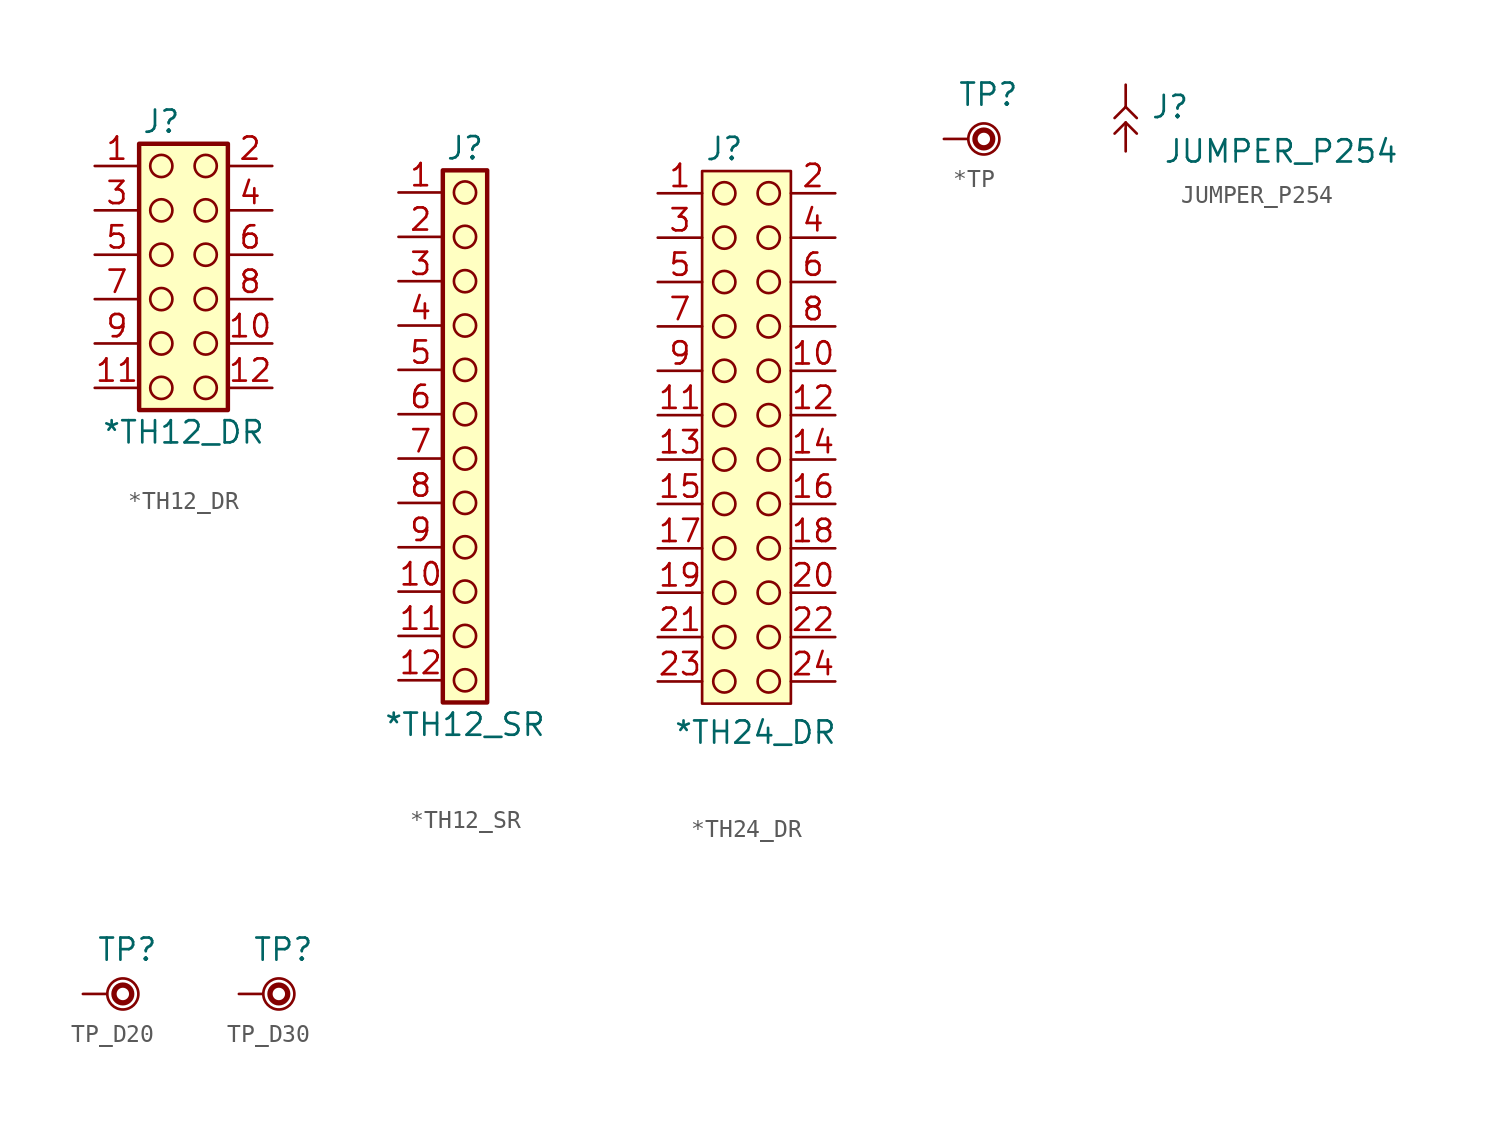
<source format=kicad_sym>
(kicad_symbol_lib
  (version 20211014)
  (generator kicad_symbol_editor)
  (symbol "*TH12_DR"
    (pin_names hide)
    (property "Reference" "J"
      (at 3.81 2.54 0)
      (effects (font (size 1.27 1.27))))
    (property "Value" "*TH12_DR"
      (at 5.08 -15.24 0)
      (effects (font (size 1.27 1.27))))
    (symbol "*TH12_DR_0_1"
      (circle (center 3.81 -2.54) (radius 0.635) (stroke (width 0) (type default) (color 0 0 0 0)) (fill (type none)))
      (circle (center 3.81 0) (radius 0.635) (stroke (width 0) (type default) (color 0 0 0 0)) (fill (type none)))
      (circle (center 6.35 -2.54) (radius 0.635) (stroke (width 0) (type default) (color 0 0 0 0)) (fill (type none)))
      (circle (center 6.35 0) (radius 0.635) (stroke (width 0) (type default) (color 0 0 0 0)) (fill (type none))))
    (symbol "*TH12_DR_1_1"
      (rectangle (start 2.54 1.27) (end 7.62 -13.97) (stroke (width 0.254) (type default) (color 0 0 0 0)) (fill (type background)))
      (circle (center 3.81 -12.7) (radius 0.635) (stroke (width 0) (type default) (color 0 0 0 0)) (fill (type none)))
      (circle (center 3.81 -10.16) (radius 0.635) (stroke (width 0) (type default) (color 0 0 0 0)) (fill (type none)))
      (circle (center 3.81 -7.62) (radius 0.635) (stroke (width 0) (type default) (color 0 0 0 0)) (fill (type none)))
      (circle (center 3.81 -5.08) (radius 0.635) (stroke (width 0) (type default) (color 0 0 0 0)) (fill (type none)))
      (circle (center 6.35 -12.7) (radius 0.635) (stroke (width 0) (type default) (color 0 0 0 0)) (fill (type none)))
      (circle (center 6.35 -10.16) (radius 0.635) (stroke (width 0) (type default) (color 0 0 0 0)) (fill (type none)))
      (circle (center 6.35 -7.62) (radius 0.635) (stroke (width 0) (type default) (color 0 0 0 0)) (fill (type none)))
      (circle (center 6.35 -5.08) (radius 0.635) (stroke (width 0) (type default) (color 0 0 0 0)) (fill (type none)))
      (pin passive line (at 0 0 0) (length 2.54) (name "1" (effects (font (size 1.27 1.27)))) (number "1" (effects (font (size 1.27 1.27)))))
      (pin passive line (at 10.16 -10.16 180) (length 2.54) (name "10" (effects (font (size 1.27 1.27)))) (number "10" (effects (font (size 1.27 1.27)))))
      (pin passive line (at 0 -12.7 0) (length 2.54) (name "11" (effects (font (size 1.27 1.27)))) (number "11" (effects (font (size 1.27 1.27)))))
      (pin passive line (at 10.16 -12.7 180) (length 2.54) (name "12" (effects (font (size 1.27 1.27)))) (number "12" (effects (font (size 1.27 1.27)))))
      (pin passive line (at 10.16 0 180) (length 2.54) (name "2" (effects (font (size 1.27 1.27)))) (number "2" (effects (font (size 1.27 1.27)))))
      (pin passive line (at 0 -2.54 0) (length 2.54) (name "3" (effects (font (size 1.27 1.27)))) (number "3" (effects (font (size 1.27 1.27)))))
      (pin passive line (at 10.16 -2.54 180) (length 2.54) (name "4" (effects (font (size 1.27 1.27)))) (number "4" (effects (font (size 1.27 1.27)))))
      (pin passive line (at 0 -5.08 0) (length 2.54) (name "5" (effects (font (size 1.27 1.27)))) (number "5" (effects (font (size 1.27 1.27)))))
      (pin passive line (at 10.16 -5.08 180) (length 2.54) (name "6" (effects (font (size 1.27 1.27)))) (number "6" (effects (font (size 1.27 1.27)))))
      (pin passive line (at 0 -7.62 0) (length 2.54) (name "7" (effects (font (size 1.27 1.27)))) (number "7" (effects (font (size 1.27 1.27)))))
      (pin passive line (at 10.16 -7.62 180) (length 2.54) (name "8" (effects (font (size 1.27 1.27)))) (number "8" (effects (font (size 1.27 1.27)))))
      (pin passive line (at 0 -10.16 0) (length 2.54) (name "9" (effects (font (size 1.27 1.27)))) (number "9" (effects (font (size 1.27 1.27)))))))
  (symbol "*TH12_SR"
    (pin_names hide)
    (property "Reference" "J"
      (at 3.81 2.54 0)
      (effects (font (size 1.27 1.27))))
    (property "Value" "*TH12_SR"
      (at 3.81 -30.48 0)
      (effects (font (size 1.27 1.27))))
    (symbol "*TH12_SR_0_1"
      (circle (center 3.81 -27.94) (radius 0.635) (stroke (width 0) (type default) (color 0 0 0 0)) (fill (type none)))
      (circle (center 3.81 -25.4) (radius 0.635) (stroke (width 0) (type default) (color 0 0 0 0)) (fill (type none)))
      (circle (center 3.81 -22.86) (radius 0.635) (stroke (width 0) (type default) (color 0 0 0 0)) (fill (type none)))
      (circle (center 3.81 -20.32) (radius 0.635) (stroke (width 0) (type default) (color 0 0 0 0)) (fill (type none)))
      (circle (center 3.81 -17.78) (radius 0.635) (stroke (width 0) (type default) (color 0 0 0 0)) (fill (type none)))
      (circle (center 3.81 -15.24) (radius 0.635) (stroke (width 0) (type default) (color 0 0 0 0)) (fill (type none)))
      (circle (center 3.81 -12.7) (radius 0.635) (stroke (width 0) (type default) (color 0 0 0 0)) (fill (type none)))
      (circle (center 3.81 -10.16) (radius 0.635) (stroke (width 0) (type default) (color 0 0 0 0)) (fill (type none)))
      (circle (center 3.81 -7.62) (radius 0.635) (stroke (width 0) (type default) (color 0 0 0 0)) (fill (type none)))
      (circle (center 3.81 -5.08) (radius 0.635) (stroke (width 0) (type default) (color 0 0 0 0)) (fill (type none)))
      (circle (center 3.81 -2.54) (radius 0.635) (stroke (width 0) (type default) (color 0 0 0 0)) (fill (type none)))
      (circle (center 3.81 0) (radius 0.635) (stroke (width 0) (type default) (color 0 0 0 0)) (fill (type none))))
    (symbol "*TH12_SR_1_1"
      (rectangle (start 2.54 1.27) (end 5.08 -29.21) (stroke (width 0.254) (type default) (color 0 0 0 0)) (fill (type background)))
      (pin passive line (at 0 0 0) (length 2.54) (name "1" (effects (font (size 1.27 1.27)))) (number "1" (effects (font (size 1.27 1.27)))))
      (pin passive line (at 0 -22.86 0) (length 2.54) (name "10" (effects (font (size 1.27 1.27)))) (number "10" (effects (font (size 1.27 1.27)))))
      (pin passive line (at 0 -25.4 0) (length 2.54) (name "11" (effects (font (size 1.27 1.27)))) (number "11" (effects (font (size 1.27 1.27)))))
      (pin passive line (at 0 -27.94 0) (length 2.54) (name "12" (effects (font (size 1.27 1.27)))) (number "12" (effects (font (size 1.27 1.27)))))
      (pin passive line (at 0 -2.54 0) (length 2.54) (name "2" (effects (font (size 1.27 1.27)))) (number "2" (effects (font (size 1.27 1.27)))))
      (pin passive line (at 0 -5.08 0) (length 2.54) (name "3" (effects (font (size 1.27 1.27)))) (number "3" (effects (font (size 1.27 1.27)))))
      (pin passive line (at 0 -7.62 0) (length 2.54) (name "4" (effects (font (size 1.27 1.27)))) (number "4" (effects (font (size 1.27 1.27)))))
      (pin passive line (at 0 -10.16 0) (length 2.54) (name "5" (effects (font (size 1.27 1.27)))) (number "5" (effects (font (size 1.27 1.27)))))
      (pin passive line (at 0 -12.7 0) (length 2.54) (name "6" (effects (font (size 1.27 1.27)))) (number "6" (effects (font (size 1.27 1.27)))))
      (pin passive line (at 0 -15.24 0) (length 2.54) (name "7" (effects (font (size 1.27 1.27)))) (number "7" (effects (font (size 1.27 1.27)))))
      (pin passive line (at 0 -17.78 0) (length 2.54) (name "8" (effects (font (size 1.27 1.27)))) (number "8" (effects (font (size 1.27 1.27)))))
      (pin passive line (at 0 -20.32 0) (length 2.54) (name "9" (effects (font (size 1.27 1.27)))) (number "9" (effects (font (size 1.27 1.27)))))))
  (symbol "*TH24_DR"
    (pin_names hide)
    (property "Reference" "J"
      (at 3.81 2.54 0)
      (effects (font (size 1.27 1.27))))
    (property "Value" "*TH24_DR"
      (at 5.588 -30.861 0)
      (effects (font (size 1.27 1.27))))
    (symbol "*TH24_DR_0_1"
      (rectangle (start 2.54 1.27) (end 7.62 -29.21) (stroke (width 0) (type default) (color 0 0 0 0)) (fill (type background)))
      (circle (center 3.81 -2.54) (radius 0.635) (stroke (width 0) (type default) (color 0 0 0 0)) (fill (type none)))
      (circle (center 3.81 0) (radius 0.635) (stroke (width 0) (type default) (color 0 0 0 0)) (fill (type none)))
      (circle (center 6.35 -2.54) (radius 0.635) (stroke (width 0) (type default) (color 0 0 0 0)) (fill (type none)))
      (circle (center 6.35 0) (radius 0.635) (stroke (width 0) (type default) (color 0 0 0 0)) (fill (type none))))
    (symbol "*TH24_DR_1_1"
      (circle (center 3.81 -27.94) (radius 0.635) (stroke (width 0) (type default) (color 0 0 0 0)) (fill (type none)))
      (circle (center 3.81 -25.4) (radius 0.635) (stroke (width 0) (type default) (color 0 0 0 0)) (fill (type none)))
      (circle (center 3.81 -22.86) (radius 0.635) (stroke (width 0) (type default) (color 0 0 0 0)) (fill (type none)))
      (circle (center 3.81 -20.32) (radius 0.635) (stroke (width 0) (type default) (color 0 0 0 0)) (fill (type none)))
      (circle (center 3.81 -17.78) (radius 0.635) (stroke (width 0) (type default) (color 0 0 0 0)) (fill (type none)))
      (circle (center 3.81 -15.24) (radius 0.635) (stroke (width 0) (type default) (color 0 0 0 0)) (fill (type none)))
      (circle (center 3.81 -12.7) (radius 0.635) (stroke (width 0) (type default) (color 0 0 0 0)) (fill (type none)))
      (circle (center 3.81 -10.16) (radius 0.635) (stroke (width 0) (type default) (color 0 0 0 0)) (fill (type none)))
      (circle (center 3.81 -7.62) (radius 0.635) (stroke (width 0) (type default) (color 0 0 0 0)) (fill (type none)))
      (circle (center 3.81 -5.08) (radius 0.635) (stroke (width 0) (type default) (color 0 0 0 0)) (fill (type none)))
      (circle (center 6.35 -27.94) (radius 0.635) (stroke (width 0) (type default) (color 0 0 0 0)) (fill (type none)))
      (circle (center 6.35 -25.4) (radius 0.635) (stroke (width 0) (type default) (color 0 0 0 0)) (fill (type none)))
      (circle (center 6.35 -22.86) (radius 0.635) (stroke (width 0) (type default) (color 0 0 0 0)) (fill (type none)))
      (circle (center 6.35 -20.32) (radius 0.635) (stroke (width 0) (type default) (color 0 0 0 0)) (fill (type none)))
      (circle (center 6.35 -17.78) (radius 0.635) (stroke (width 0) (type default) (color 0 0 0 0)) (fill (type none)))
      (circle (center 6.35 -15.24) (radius 0.635) (stroke (width 0) (type default) (color 0 0 0 0)) (fill (type none)))
      (circle (center 6.35 -12.7) (radius 0.635) (stroke (width 0) (type default) (color 0 0 0 0)) (fill (type none)))
      (circle (center 6.35 -10.16) (radius 0.635) (stroke (width 0) (type default) (color 0 0 0 0)) (fill (type none)))
      (circle (center 6.35 -7.62) (radius 0.635) (stroke (width 0) (type default) (color 0 0 0 0)) (fill (type none)))
      (circle (center 6.35 -5.08) (radius 0.635) (stroke (width 0) (type default) (color 0 0 0 0)) (fill (type none)))
      (pin passive line (at 0 0 0) (length 2.54) (name "1" (effects (font (size 1.27 1.27)))) (number "1" (effects (font (size 1.27 1.27)))))
      (pin passive line (at 10.16 -10.16 180) (length 2.54) (name "10" (effects (font (size 1.27 1.27)))) (number "10" (effects (font (size 1.27 1.27)))))
      (pin passive line (at 0 -12.7 0) (length 2.54) (name "11" (effects (font (size 1.27 1.27)))) (number "11" (effects (font (size 1.27 1.27)))))
      (pin passive line (at 10.16 -12.7 180) (length 2.54) (name "12" (effects (font (size 1.27 1.27)))) (number "12" (effects (font (size 1.27 1.27)))))
      (pin passive line (at 0 -15.24 0) (length 2.54) (name "13" (effects (font (size 1.27 1.27)))) (number "13" (effects (font (size 1.27 1.27)))))
      (pin passive line (at 10.16 -15.24 180) (length 2.54) (name "14" (effects (font (size 1.27 1.27)))) (number "14" (effects (font (size 1.27 1.27)))))
      (pin passive line (at 0 -17.78 0) (length 2.54) (name "15" (effects (font (size 1.27 1.27)))) (number "15" (effects (font (size 1.27 1.27)))))
      (pin passive line (at 10.16 -17.78 180) (length 2.54) (name "16" (effects (font (size 1.27 1.27)))) (number "16" (effects (font (size 1.27 1.27)))))
      (pin passive line (at 0 -20.32 0) (length 2.54) (name "17" (effects (font (size 1.27 1.27)))) (number "17" (effects (font (size 1.27 1.27)))))
      (pin passive line (at 10.16 -20.32 180) (length 2.54) (name "18" (effects (font (size 1.27 1.27)))) (number "18" (effects (font (size 1.27 1.27)))))
      (pin passive line (at 0 -22.86 0) (length 2.54) (name "19" (effects (font (size 1.27 1.27)))) (number "19" (effects (font (size 1.27 1.27)))))
      (pin passive line (at 10.16 0 180) (length 2.54) (name "2" (effects (font (size 1.27 1.27)))) (number "2" (effects (font (size 1.27 1.27)))))
      (pin passive line (at 10.16 -22.86 180) (length 2.54) (name "20" (effects (font (size 1.27 1.27)))) (number "20" (effects (font (size 1.27 1.27)))))
      (pin passive line (at 0 -25.4 0) (length 2.54) (name "21" (effects (font (size 1.27 1.27)))) (number "21" (effects (font (size 1.27 1.27)))))
      (pin passive line (at 10.16 -25.4 180) (length 2.54) (name "22" (effects (font (size 1.27 1.27)))) (number "22" (effects (font (size 1.27 1.27)))))
      (pin passive line (at 0 -27.94 0) (length 2.54) (name "23" (effects (font (size 1.27 1.27)))) (number "23" (effects (font (size 1.27 1.27)))))
      (pin passive line (at 10.16 -27.94 180) (length 2.54) (name "24" (effects (font (size 1.27 1.27)))) (number "24" (effects (font (size 1.27 1.27)))))
      (pin passive line (at 0 -2.54 0) (length 2.54) (name "3" (effects (font (size 1.27 1.27)))) (number "3" (effects (font (size 1.27 1.27)))))
      (pin passive line (at 10.16 -2.54 180) (length 2.54) (name "4" (effects (font (size 1.27 1.27)))) (number "4" (effects (font (size 1.27 1.27)))))
      (pin passive line (at 0 -5.08 0) (length 2.54) (name "5" (effects (font (size 1.27 1.27)))) (number "5" (effects (font (size 1.27 1.27)))))
      (pin passive line (at 10.16 -5.08 180) (length 2.54) (name "6" (effects (font (size 1.27 1.27)))) (number "6" (effects (font (size 1.27 1.27)))))
      (pin passive line (at 0 -7.62 0) (length 2.54) (name "7" (effects (font (size 1.27 1.27)))) (number "7" (effects (font (size 1.27 1.27)))))
      (pin passive line (at 10.16 -7.62 180) (length 2.54) (name "8" (effects (font (size 1.27 1.27)))) (number "8" (effects (font (size 1.27 1.27)))))
      (pin passive line (at 0 -10.16 0) (length 2.54) (name "9" (effects (font (size 1.27 1.27)))) (number "9" (effects (font (size 1.27 1.27)))))))
  (symbol "*TP"
    (pin_numbers hide)
    (pin_names
      (offset 0) hide)
    (property "Reference" "TP"
      (at 2.54 2.54 0)
      (effects (font (size 1.27 1.27))))
    (symbol "*TP_0_1"
      (circle (center 2.286 0) (radius 0.508) (stroke (width 0.305) (type default) (color 0 0 0 0)) (fill (type none)))
      (circle (center 2.286 0) (radius 0.889) (stroke (width 0) (type default) (color 0 0 0 0)) (fill (type none))))
    (symbol "*TP_1_1"
      (pin passive line (at 0 0 0) (length 1.346) (name "1" (effects (font (size 1.27 1.27)))) (number "1" (effects (font (size 1.27 1.27)))))))
  (symbol "JUMPER_P254"
    (pin_numbers hide)
    (pin_names
      (offset 0) hide)
    (property "Reference" "J"
      (at 2.54 -1.27 0)
      (effects (font (size 1.27 1.27))))
    (property "Value" "JUMPER_P254"
      (at 8.89 -3.81 0)
      (effects (font (size 1.27 1.27))))
    (symbol "JUMPER_P254_0_1"
      (polyline (pts (xy 0 -2.54) (xy 0 -2.286)) (stroke (width 0) (type default) (color 0 0 0 0)) (fill (type none)))
      (polyline (pts (xy 0 -2.159) (xy -0.635 -2.794)) (stroke (width 0) (type default) (color 0 0 0 0)) (fill (type none)))
      (polyline (pts (xy 0 -2.159) (xy 0.635 -2.794)) (stroke (width 0) (type default) (color 0 0 0 0)) (fill (type none)))
      (polyline (pts (xy 0 -1.27) (xy -0.635 -1.905)) (stroke (width 0) (type default) (color 0 0 0 0)) (fill (type none)))
      (polyline (pts (xy 0 -1.27) (xy 0.635 -1.905)) (stroke (width 0) (type default) (color 0 0 0 0)) (fill (type none))))
    (symbol "JUMPER_P254_1_1"
      (pin passive line (at 0 0 270) (length 1.27) (name "1" (effects (font (size 1.27 1.27)))) (number "1" (effects (font (size 1.27 1.27)))))
      (pin passive line (at 0 -3.81 90) (length 1.27) (name "2" (effects (font (size 1.27 1.27)))) (number "2" (effects (font (size 1.27 1.27)))))))
  (symbol "TP_D20"
    (pin_numbers hide)
    (pin_names
      (offset 0) hide)
    (property "Reference" "TP"
      (at 2.54 2.54 0)
      (effects (font (size 1.27 1.27))))
    (symbol "TP_D20_0_1"
      (circle (center 2.286 0) (radius 0.508) (stroke (width 0.305) (type default) (color 0 0 0 0)) (fill (type none)))
      (circle (center 2.286 0) (radius 0.889) (stroke (width 0) (type default) (color 0 0 0 0)) (fill (type none))))
    (symbol "TP_D20_1_1"
      (pin passive line (at 0 0 0) (length 1.346) (name "1" (effects (font (size 1.27 1.27)))) (number "1" (effects (font (size 1.27 1.27)))))))
  (symbol "TP_D30"
    (pin_numbers hide)
    (pin_names
      (offset 0) hide)
    (property "Reference" "TP"
      (at 2.54 2.54 0)
      (effects (font (size 1.27 1.27))))
    (symbol "TP_D30_0_1"
      (circle (center 2.286 0) (radius 0.508) (stroke (width 0.305) (type default) (color 0 0 0 0)) (fill (type none)))
      (circle (center 2.286 0) (radius 0.889) (stroke (width 0) (type default) (color 0 0 0 0)) (fill (type none))))
    (symbol "TP_D30_1_1"
      (pin passive line (at 0 0 0) (length 1.346) (name "1" (effects (font (size 1.27 1.27)))) (number "1" (effects (font (size 1.27 1.27))))))))
</source>
